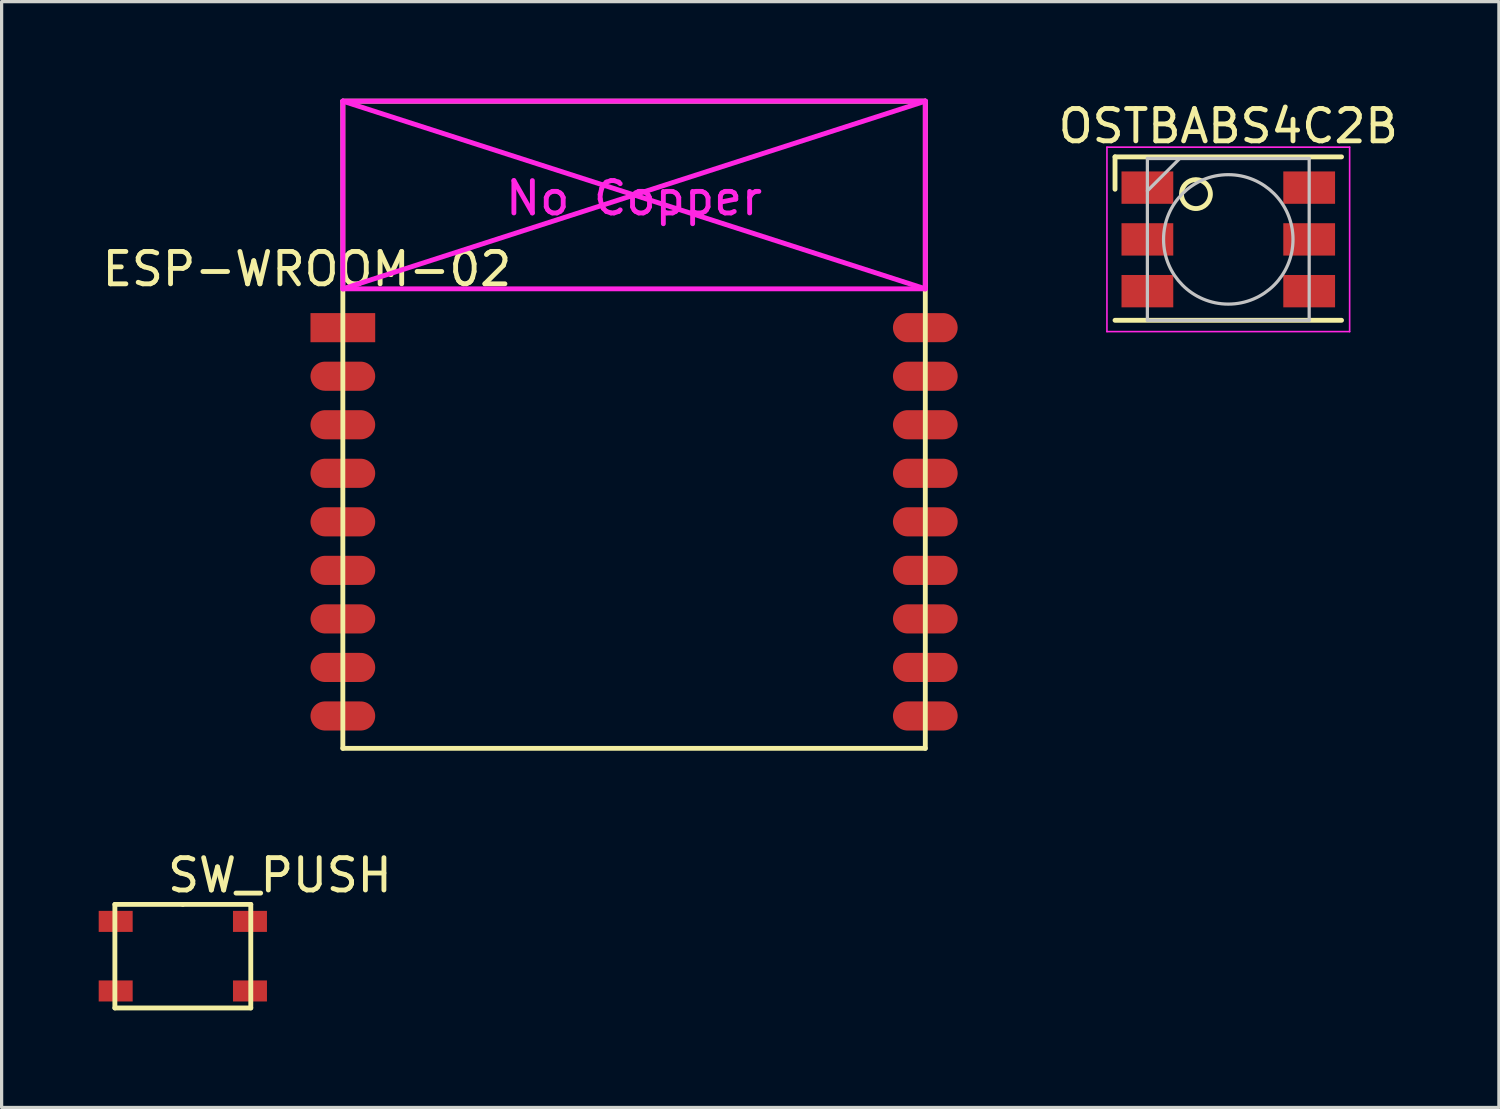
<source format=kicad_pcb>
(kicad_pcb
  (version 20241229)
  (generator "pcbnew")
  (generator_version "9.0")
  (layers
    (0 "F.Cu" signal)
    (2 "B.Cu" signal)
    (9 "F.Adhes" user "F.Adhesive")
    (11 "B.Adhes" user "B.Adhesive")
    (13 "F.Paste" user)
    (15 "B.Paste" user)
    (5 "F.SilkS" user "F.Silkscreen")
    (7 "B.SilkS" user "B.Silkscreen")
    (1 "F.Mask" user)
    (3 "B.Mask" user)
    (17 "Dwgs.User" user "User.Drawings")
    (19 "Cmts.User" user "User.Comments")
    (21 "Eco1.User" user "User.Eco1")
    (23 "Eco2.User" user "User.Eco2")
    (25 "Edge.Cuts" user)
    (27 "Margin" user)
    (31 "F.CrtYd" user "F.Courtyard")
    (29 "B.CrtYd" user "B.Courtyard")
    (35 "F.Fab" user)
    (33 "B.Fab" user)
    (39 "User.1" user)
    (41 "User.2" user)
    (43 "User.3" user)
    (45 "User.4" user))
  (footprint "ESP-WROOM-02"
    (layer "F.Cu")
    (at 7.545 7.076)
    (property "Reference" "ESP-WROOM-02" (at -1.11 -1.81 0) (layer "F.SilkS") (effects (font (size 1 1) (thickness 0.15))))
    (attr through_hole)
    (fp_line (start 0 -7) (end 0 13) (stroke (width 0.15) (type solid)) (layer "F.SilkS"))
    (fp_line (start 0 13) (end 18 13) (stroke (width 0.15) (type solid)) (layer "F.SilkS"))
    (fp_line (start 18 -7) (end 0 -7) (stroke (width 0.15) (type solid)) (layer "F.SilkS"))
    (fp_line (start 18 13) (end 18 -7) (stroke (width 0.15) (type solid)) (layer "F.SilkS"))
    (fp_line (start 0 -7) (end 0 -1.2) (stroke (width 0.152) (type solid)) (layer "F.CrtYd"))
    (fp_line (start 0 -7) (end 18 -1.2) (stroke (width 0.152) (type solid)) (layer "F.CrtYd"))
    (fp_line (start 0 -1.2) (end 18 -1.2) (stroke (width 0.152) (type solid)) (layer "F.CrtYd"))
    (fp_line (start 18 -7) (end 0 -7) (stroke (width 0.152) (type solid)) (layer "F.CrtYd"))
    (fp_line (start 18 -7) (end 0 -1.2) (stroke (width 0.152) (type solid)) (layer "F.CrtYd"))
    (fp_line (start 18 -1.2) (end 18 -7) (stroke (width 0.152) (type solid)) (layer "F.CrtYd"))
    (fp_text user "No Copper" (at 9 -4 0) (layer "F.CrtYd") (effects (font (size 1 1) (thickness 0.15))))
    (pad "1" smd rect (at 0 0) (size 2 0.9) (layers "F.Cu" "F.Mask" "F.Paste"))
    (pad "2" smd oval (at 0 1.5) (size 2 0.9) (layers "F.Cu" "F.Mask" "F.Paste"))
    (pad "3" smd oval (at 0 3) (size 2 0.9) (layers "F.Cu" "F.Mask" "F.Paste"))
    (pad "4" smd oval (at 0 4.5) (size 2 0.9) (layers "F.Cu" "F.Mask" "F.Paste"))
    (pad "5" smd oval (at 0 6) (size 2 0.9) (layers "F.Cu" "F.Mask" "F.Paste"))
    (pad "6" smd oval (at 0 7.5) (size 2 0.9) (layers "F.Cu" "F.Mask" "F.Paste"))
    (pad "7" smd oval (at 0 9) (size 2 0.9) (layers "F.Cu" "F.Mask" "F.Paste"))
    (pad "8" smd oval (at 0 10.5) (size 2 0.9) (layers "F.Cu" "F.Mask" "F.Paste"))
    (pad "9" smd oval (at 0 12) (size 2 0.9) (layers "F.Cu" "F.Mask" "F.Paste"))
    (pad "10" smd oval (at 18 12) (size 2 0.9) (layers "F.Cu" "F.Mask" "F.Paste"))
    (pad "11" smd oval (at 18 10.5) (size 2 0.9) (layers "F.Cu" "F.Mask" "F.Paste"))
    (pad "12" smd oval (at 18 9) (size 2 0.9) (layers "F.Cu" "F.Mask" "F.Paste"))
    (pad "13" smd oval (at 18 7.5) (size 2 0.9) (layers "F.Cu" "F.Mask" "F.Paste"))
    (pad "14" smd oval (at 18 6) (size 2 0.9) (layers "F.Cu" "F.Mask" "F.Paste"))
    (pad "15" smd oval (at 18 4.5) (size 2 0.9) (layers "F.Cu" "F.Mask" "F.Paste"))
    (pad "16" smd oval (at 18 3) (size 2 0.9) (layers "F.Cu" "F.Mask" "F.Paste"))
    (pad "17" smd oval (at 18 1.5) (size 2 0.9) (layers "F.Cu" "F.Mask" "F.Paste"))
    (pad "18" smd oval (at 18 0) (size 2 0.9) (layers "F.Cu" "F.Mask" "F.Paste")))
  (footprint "OSTBABS4C2B"
    (layer "F.Cu")
    (at 34.908 4.348)
    (property "Reference" "OSTBABS4C2B" (at 0 -3.5 0) (layer "F.SilkS") (effects (font (size 1 1) (thickness 0.15))))
    (attr smd)
    (fp_line (start -3.5 -2.55) (end 3.5 -2.55) (stroke (width 0.15) (type solid)) (layer "F.SilkS"))
    (fp_line (start -3.5 -1.55) (end -3.5 -2.55) (stroke (width 0.15) (type solid)) (layer "F.SilkS"))
    (fp_line (start -3.5 2.5) (end 3.5 2.5) (stroke (width 0.15) (type solid)) (layer "F.SilkS"))
    (fp_circle (center -1 -1.4) (end -0.6 -1.6) (stroke (width 0.15) (type solid)) (fill no) (layer "F.SilkS"))
    (fp_line (start -2.5 -2.5) (end 2.5 -2.5) (stroke (width 0.1) (type solid)) (layer "Dwgs.User"))
    (fp_line (start -2.5 -1.5) (end -1.5 -2.5) (stroke (width 0.1) (type solid)) (layer "Dwgs.User"))
    (fp_line (start -2.5 2.5) (end -2.5 -2.5) (stroke (width 0.1) (type solid)) (layer "Dwgs.User"))
    (fp_line (start 2.5 -2.5) (end 2.5 2.5) (stroke (width 0.1) (type solid)) (layer "Dwgs.User"))
    (fp_line (start 2.5 2.5) (end -2.5 2.5) (stroke (width 0.1) (type solid)) (layer "Dwgs.User"))
    (fp_circle (center 0 0) (end 0 -2) (stroke (width 0.1) (type solid)) (fill no) (layer "Dwgs.User"))
    (fp_line (start -3.75 -2.85) (end -3.75 2.85) (stroke (width 0.05) (type solid)) (layer "F.CrtYd"))
    (fp_line (start -3.75 2.85) (end 3.75 2.85) (stroke (width 0.05) (type solid)) (layer "F.CrtYd"))
    (fp_line (start 3.75 -2.85) (end -3.75 -2.85) (stroke (width 0.05) (type solid)) (layer "F.CrtYd"))
    (fp_line (start 3.75 2.85) (end 3.75 -2.85) (stroke (width 0.05) (type solid)) (layer "F.CrtYd"))
    (pad "1" smd rect (at -2.5 -1.6) (size 1.6 1) (layers "F.Cu" "F.Mask" "F.Paste"))
    (pad "2" smd rect (at -2.5 0) (size 1.6 1) (layers "F.Cu" "F.Mask" "F.Paste"))
    (pad "3" smd rect (at -2.5 1.6) (size 1.6 1) (layers "F.Cu" "F.Mask" "F.Paste"))
    (pad "4" smd rect (at 2.5 1.6) (size 1.6 1) (layers "F.Cu" "F.Mask" "F.Paste"))
    (pad "5" smd rect (at 2.5 0) (size 1.6 1) (layers "F.Cu" "F.Mask" "F.Paste"))
    (pad "6" smd rect (at 2.5 -1.6) (size 1.6 1) (layers "F.Cu" "F.Mask" "F.Paste")))
  (footprint "SW_PUSH"
    (layer "F.Cu")
    (at 2.6 26.499)
    (property "Reference" "SW_PUSH" (at 3 -2.5 0) (layer "F.SilkS") (effects (font (size 1 1) (thickness 0.15))))
    (attr through_hole)
    (fp_line (start -2.1 -1.6) (end -2.1 1.6) (stroke (width 0.15) (type solid)) (layer "F.SilkS"))
    (fp_line (start -2.1 1.6) (end 2.1 1.6) (stroke (width 0.15) (type solid)) (layer "F.SilkS"))
    (fp_line (start 0 -1.6) (end -2.1 -1.6) (stroke (width 0.15) (type solid)) (layer "F.SilkS"))
    (fp_line (start 2.1 -1.6) (end 0 -1.6) (stroke (width 0.15) (type solid)) (layer "F.SilkS"))
    (fp_line (start 2.1 1.6) (end 2.1 -1.6) (stroke (width 0.15) (type solid)) (layer "F.SilkS"))
    (pad "1" smd rect (at -2.075 -1.075) (size 1.05 0.65) (layers "F.Cu" "F.Mask" "F.Paste"))
    (pad "1" smd rect (at 2.075 -1.075) (size 1.05 0.65) (layers "F.Cu" "F.Mask" "F.Paste"))
    (pad "2" smd rect (at -2.075 1.075) (size 1.05 0.65) (layers "F.Cu" "F.Mask" "F.Paste"))
    (pad "2" smd rect (at 2.075 1.075) (size 1.05 0.65) (layers "F.Cu" "F.Mask" "F.Paste")))
  (gr_rect
    (start -3 -3)
    (end 43.271 31.174)
    (stroke (width 0.1) (type default))
    (fill no)
    (layer "Edge.Cuts")))
</source>
